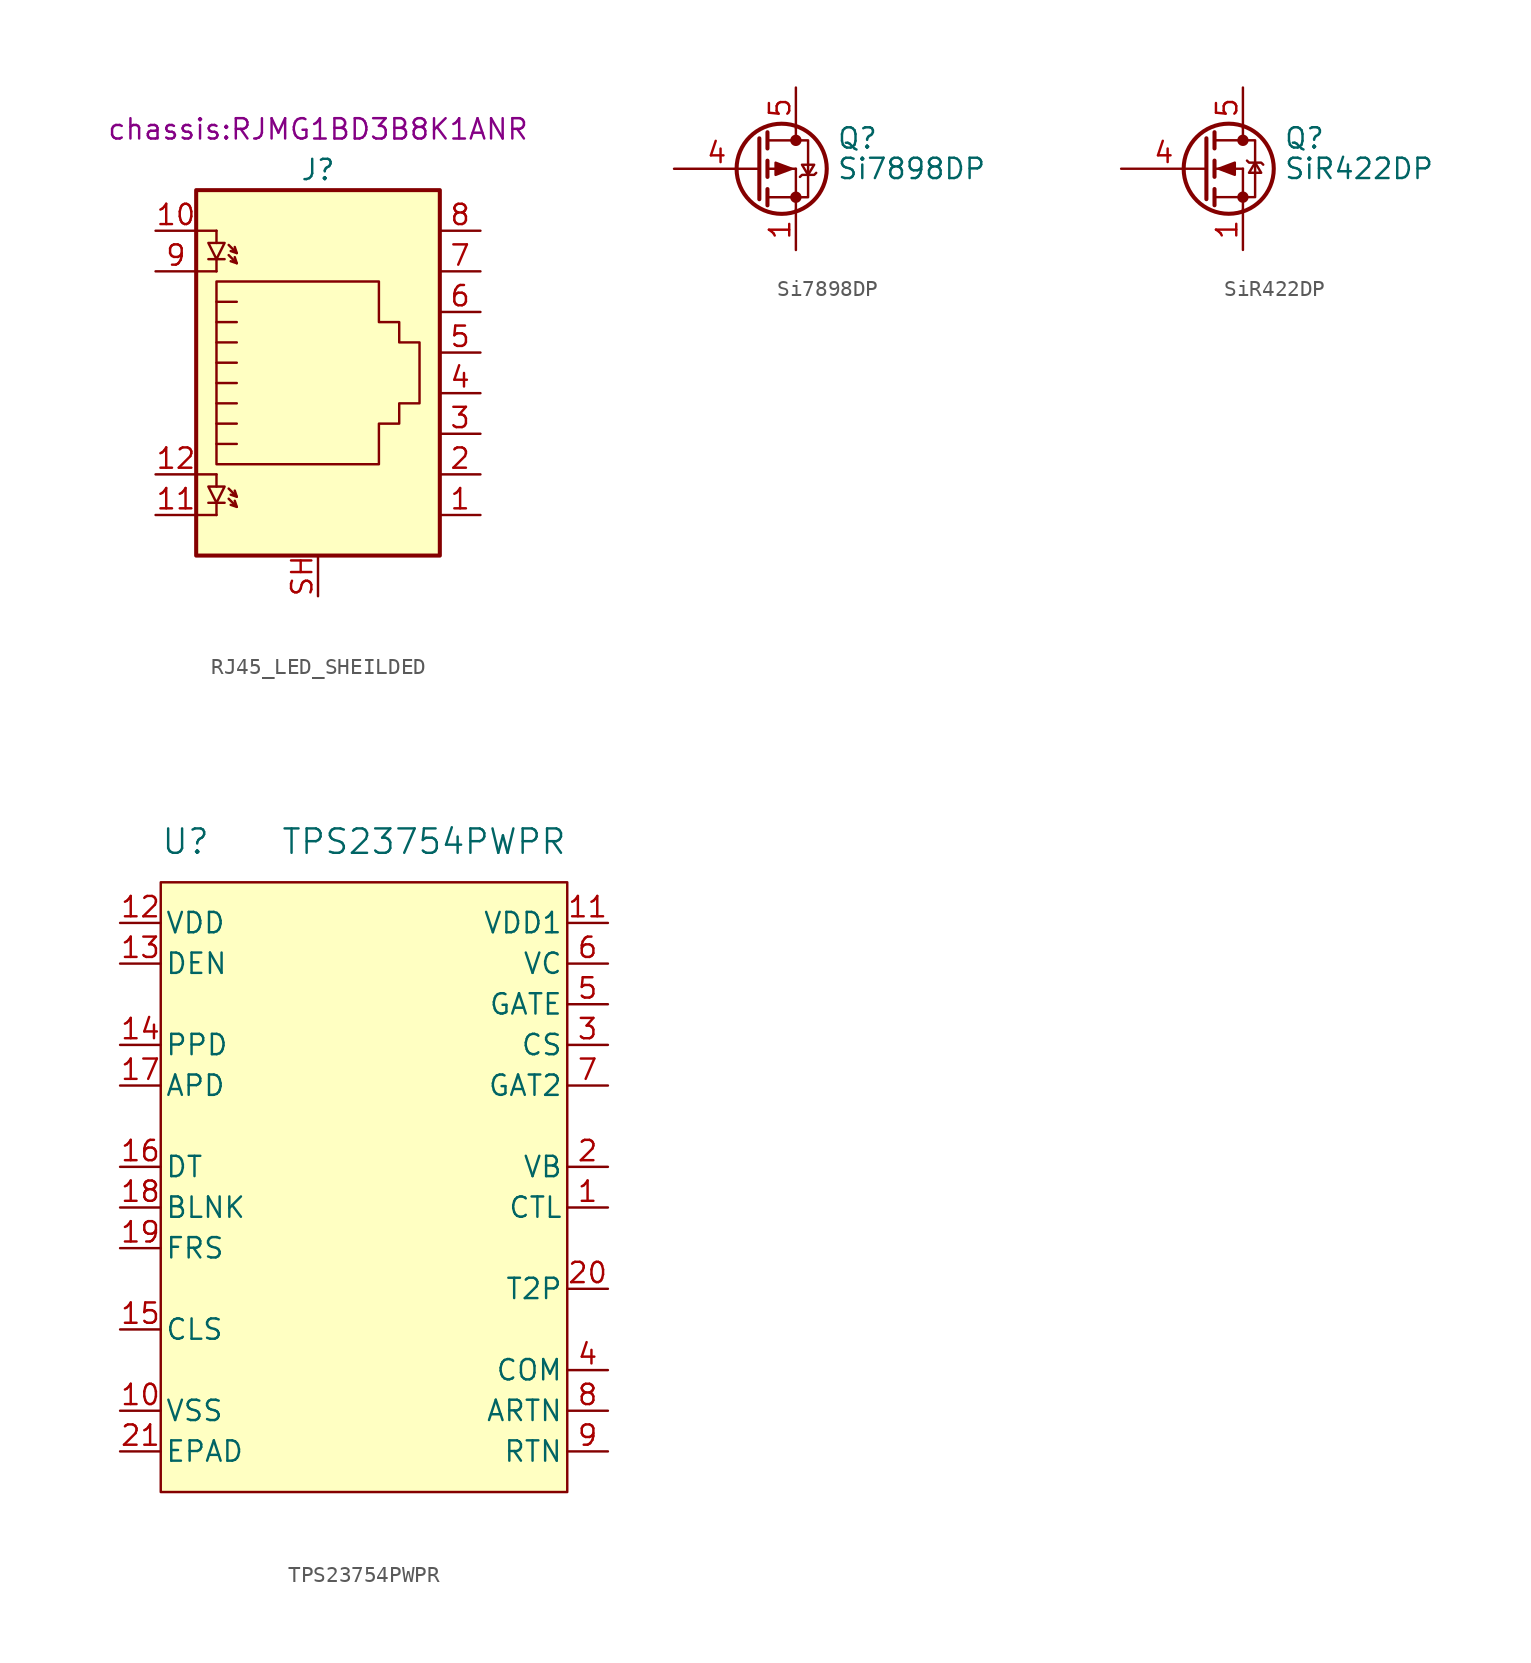
<source format=kicad_sym>
(kicad_symbol_lib
  (version 20211014)
  (generator kicad_symbol_editor)
  (symbol "RJ45_LED_SHEILDED"
    (pin_names
      (offset 1.016))
    (property "Reference" "J"
      (at 0 11.43 0)
      (effects (font (size 1.27 1.27))))
    (property "Footprint" "chassis:RJMG1BD3B8K1ANR"
      (at 0 13.97 0)
      (effects (font (size 1.27 1.27))))
    (symbol "RJ45_LED_SHEILDED_1_1"
      (polyline (pts (xy -7.62 -10.16) (xy -6.35 -10.16)) (stroke (width 0) (type default) (color 0 0 0 0)) (fill (type none)))
      (polyline (pts (xy -7.62 -7.62) (xy -6.35 -7.62)) (stroke (width 0) (type default) (color 0 0 0 0)) (fill (type none)))
      (polyline (pts (xy -7.62 5.08) (xy -6.35 5.08)) (stroke (width 0) (type default) (color 0 0 0 0)) (fill (type none)))
      (polyline (pts (xy -7.62 7.62) (xy -6.35 7.62)) (stroke (width 0) (type default) (color 0 0 0 0)) (fill (type none)))
      (polyline (pts (xy -6.858 -9.398) (xy -5.842 -9.398)) (stroke (width 0) (type default) (color 0 0 0 0)) (fill (type none)))
      (polyline (pts (xy -6.858 5.842) (xy -5.842 5.842)) (stroke (width 0) (type default) (color 0 0 0 0)) (fill (type none)))
      (polyline (pts (xy -6.35 -10.16) (xy -6.35 -9.398)) (stroke (width 0) (type default) (color 0 0 0 0)) (fill (type none)))
      (polyline (pts (xy -6.35 -7.62) (xy -6.35 -8.382)) (stroke (width 0) (type default) (color 0 0 0 0)) (fill (type none)))
      (polyline (pts (xy -6.35 5.08) (xy -6.35 5.842)) (stroke (width 0) (type default) (color 0 0 0 0)) (fill (type none)))
      (polyline (pts (xy -6.35 7.62) (xy -6.35 6.858)) (stroke (width 0) (type default) (color 0 0 0 0)) (fill (type none)))
      (polyline (pts (xy -5.08 -9.652) (xy -5.207 -9.271)) (stroke (width 0) (type default) (color 0 0 0 0)) (fill (type none)))
      (polyline (pts (xy -5.08 -9.017) (xy -5.207 -8.636)) (stroke (width 0) (type default) (color 0 0 0 0)) (fill (type none)))
      (polyline (pts (xy -5.08 1.905) (xy -6.35 1.905)) (stroke (width 0) (type default) (color 0 0 0 0)) (fill (type none)))
      (polyline (pts (xy -5.08 3.175) (xy -6.35 3.175)) (stroke (width 0) (type default) (color 0 0 0 0)) (fill (type none)))
      (polyline (pts (xy -5.08 5.588) (xy -5.207 5.969)) (stroke (width 0) (type default) (color 0 0 0 0)) (fill (type none)))
      (polyline (pts (xy -5.08 6.223) (xy -5.207 6.604)) (stroke (width 0) (type default) (color 0 0 0 0)) (fill (type none)))
      (polyline (pts (xy -6.35 -5.715) (xy -5.08 -5.715) (xy -5.08 -5.715)) (stroke (width 0) (type default) (color 0 0 0 0)) (fill (type none)))
      (polyline (pts (xy -6.35 -4.445) (xy -5.08 -4.445) (xy -5.08 -4.445)) (stroke (width 0) (type default) (color 0 0 0 0)) (fill (type none)))
      (polyline (pts (xy -6.35 -3.175) (xy -5.08 -3.175) (xy -5.08 -3.175)) (stroke (width 0) (type default) (color 0 0 0 0)) (fill (type none)))
      (polyline (pts (xy -6.35 -1.905) (xy -5.08 -1.905) (xy -5.08 -1.905)) (stroke (width 0) (type default) (color 0 0 0 0)) (fill (type none)))
      (polyline (pts (xy -6.35 -0.635) (xy -5.08 -0.635) (xy -5.08 -0.635)) (stroke (width 0) (type default) (color 0 0 0 0)) (fill (type none)))
      (polyline (pts (xy -5.588 -9.144) (xy -5.08 -9.652) (xy -5.461 -9.525)) (stroke (width 0) (type default) (color 0 0 0 0)) (fill (type none)))
      (polyline (pts (xy -5.588 -8.509) (xy -5.08 -9.017) (xy -5.461 -8.89)) (stroke (width 0) (type default) (color 0 0 0 0)) (fill (type none)))
      (polyline (pts (xy -5.588 6.096) (xy -5.08 5.588) (xy -5.461 5.715)) (stroke (width 0) (type default) (color 0 0 0 0)) (fill (type none)))
      (polyline (pts (xy -5.588 6.731) (xy -5.08 6.223) (xy -5.461 6.35)) (stroke (width 0) (type default) (color 0 0 0 0)) (fill (type none)))
      (polyline (pts (xy -5.08 0.635) (xy -6.35 0.635) (xy -6.35 0.635)) (stroke (width 0) (type default) (color 0 0 0 0)) (fill (type none)))
      (polyline (pts (xy -6.35 -9.398) (xy -6.858 -8.382) (xy -5.842 -8.382) (xy -6.35 -9.398)) (stroke (width 0) (type default) (color 0 0 0 0)) (fill (type none)))
      (polyline (pts (xy -6.35 5.842) (xy -6.858 6.858) (xy -5.842 6.858) (xy -6.35 5.842)) (stroke (width 0) (type default) (color 0 0 0 0)) (fill (type none)))
      (polyline (pts (xy -6.35 -6.985) (xy -6.35 4.445) (xy 3.81 4.445) (xy 3.81 1.905) (xy 5.08 1.905) (xy 5.08 0.635) (xy 6.35 0.635) (xy 6.35 -3.175) (xy 5.08 -3.175) (xy 5.08 -4.445) (xy 3.81 -4.445) (xy 3.81 -6.985) (xy -6.35 -6.985) (xy -6.35 -6.985)) (stroke (width 0) (type default) (color 0 0 0 0)) (fill (type none)))
      (rectangle (start 7.62 10.16) (end -7.62 -12.7) (stroke (width 0.254) (type default) (color 0 0 0 0)) (fill (type background)))
      (pin passive line (at 10.16 -10.16 180) (length 2.54) (name "~" (effects (font (size 1.27 1.27)))) (number "1" (effects (font (size 1.27 1.27)))))
      (pin passive line (at -10.16 7.62 0) (length 2.54) (name "~" (effects (font (size 1.27 1.27)))) (number "10" (effects (font (size 1.27 1.27)))))
      (pin passive line (at -10.16 -10.16 0) (length 2.54) (name "~" (effects (font (size 1.27 1.27)))) (number "11" (effects (font (size 1.27 1.27)))))
      (pin passive line (at -10.16 -7.62 0) (length 2.54) (name "~" (effects (font (size 1.27 1.27)))) (number "12" (effects (font (size 1.27 1.27)))))
      (pin passive line (at 10.16 -7.62 180) (length 2.54) (name "~" (effects (font (size 1.27 1.27)))) (number "2" (effects (font (size 1.27 1.27)))))
      (pin passive line (at 10.16 -5.08 180) (length 2.54) (name "~" (effects (font (size 1.27 1.27)))) (number "3" (effects (font (size 1.27 1.27)))))
      (pin passive line (at 10.16 -2.54 180) (length 2.54) (name "~" (effects (font (size 1.27 1.27)))) (number "4" (effects (font (size 1.27 1.27)))))
      (pin passive line (at 10.16 0 180) (length 2.54) (name "~" (effects (font (size 1.27 1.27)))) (number "5" (effects (font (size 1.27 1.27)))))
      (pin passive line (at 10.16 2.54 180) (length 2.54) (name "~" (effects (font (size 1.27 1.27)))) (number "6" (effects (font (size 1.27 1.27)))))
      (pin passive line (at 10.16 5.08 180) (length 2.54) (name "~" (effects (font (size 1.27 1.27)))) (number "7" (effects (font (size 1.27 1.27)))))
      (pin passive line (at 10.16 7.62 180) (length 2.54) (name "~" (effects (font (size 1.27 1.27)))) (number "8" (effects (font (size 1.27 1.27)))))
      (pin passive line (at -10.16 5.08 0) (length 2.54) (name "~" (effects (font (size 1.27 1.27)))) (number "9" (effects (font (size 1.27 1.27)))))
      (pin passive line (at 0 -15.24 90) (length 2.54) (name "~" (effects (font (size 1.27 1.27)))) (number "SH" (effects (font (size 1.27 1.27)))))))
  (symbol "Si7898DP"
    (pin_names
      (offset 0) hide)
    (property "Reference" "Q"
      (at 5.08 1.905 0)
      (effects (font (size 1.27 1.27)) (justify left)))
    (property "Value" "Si7898DP"
      (at 5.08 0 0)
      (effects (font (size 1.27 1.27)) (justify left)))
    (symbol "Si7898DP_0_1"
      (polyline (pts (xy 0.762 -1.778) (xy 2.54 -1.778)) (stroke (width 0) (type default) (color 0 0 0 0)) (fill (type none)))
      (polyline (pts (xy 0.762 -1.27) (xy 0.762 -2.286)) (stroke (width 0.254) (type default) (color 0 0 0 0)) (fill (type none)))
      (polyline (pts (xy 0.762 0.508) (xy 0.762 -0.508)) (stroke (width 0.254) (type default) (color 0 0 0 0)) (fill (type none)))
      (polyline (pts (xy 0.762 1.778) (xy 2.54 1.778)) (stroke (width 0) (type default) (color 0 0 0 0)) (fill (type none)))
      (polyline (pts (xy 0.762 2.286) (xy 0.762 1.27)) (stroke (width 0.254) (type default) (color 0 0 0 0)) (fill (type none)))
      (polyline (pts (xy 2.54 -1.778) (xy 2.54 -2.54)) (stroke (width 0) (type default) (color 0 0 0 0)) (fill (type none)))
      (polyline (pts (xy 2.54 2.54) (xy 2.54 1.778)) (stroke (width 0) (type default) (color 0 0 0 0)) (fill (type none)))
      (polyline (pts (xy 0.254 1.905) (xy 0.254 -1.905) (xy 0.254 -1.905)) (stroke (width 0.254) (type default) (color 0 0 0 0)) (fill (type none)))
      (polyline (pts (xy 2.54 -1.778) (xy 3.302 -1.778) (xy 3.302 1.778) (xy 2.54 1.778)) (stroke (width 0) (type default) (color 0 0 0 0)) (fill (type none)))
      (circle (center 2.54 -1.778) (radius 0.279) (stroke (width 0) (type default) (color 0 0 0 0)) (fill (type outline)))
      (circle (center 2.54 1.778) (radius 0.279) (stroke (width 0) (type default) (color 0 0 0 0)) (fill (type outline))))
    (symbol "Si7898DP_1_1"
      (polyline (pts (xy 0.762 0) (xy 2.54 0)) (stroke (width 0) (type default) (color 0 0 0 0)) (fill (type none)))
      (polyline (pts (xy 2.54 -1.778) (xy 2.54 0)) (stroke (width 0) (type default) (color 0 0 0 0)) (fill (type none)))
      (polyline (pts (xy 2.286 0) (xy 1.27 -0.381) (xy 1.27 0.381) (xy 2.286 0)) (stroke (width 0) (type default) (color 0 0 0 0)) (fill (type outline)))
      (polyline (pts (xy 2.794 -0.508) (xy 2.921 -0.381) (xy 3.683 -0.381) (xy 3.81 -0.254)) (stroke (width 0) (type default) (color 0 0 0 0)) (fill (type none)))
      (polyline (pts (xy 3.302 -0.381) (xy 2.921 0.254) (xy 3.683 0.254) (xy 3.302 -0.381)) (stroke (width 0) (type default) (color 0 0 0 0)) (fill (type none)))
      (circle (center 1.651 0) (radius 2.819) (stroke (width 0.254) (type default) (color 0 0 0 0)) (fill (type none)))
      (pin passive line (at 2.54 -5.08 90) (length 2.54) (name "S" (effects (font (size 1.27 1.27)))) (number "1" (effects (font (size 1.27 1.27)))))
      (pin passive line (at 2.54 -5.08 90) (length 2.54) hide (name "S" (effects (font (size 1.27 1.27)))) (number "2" (effects (font (size 1.27 1.27)))))
      (pin passive line (at 2.54 -5.08 90) (length 2.54) hide (name "S" (effects (font (size 1.27 1.27)))) (number "3" (effects (font (size 1.27 1.27)))))
      (pin input line (at -5.08 0 0) (length 5.334) (name "G" (effects (font (size 1.27 1.27)))) (number "4" (effects (font (size 1.27 1.27)))))
      (pin passive line (at 2.54 5.08 270) (length 2.54) (name "D" (effects (font (size 1.27 1.27)))) (number "5" (effects (font (size 1.27 1.27)))))))
  (symbol "SiR422DP"
    (pin_names
      (offset 0) hide)
    (property "Reference" "Q"
      (at 5.08 1.905 0)
      (effects (font (size 1.27 1.27)) (justify left)))
    (property "Value" "SiR422DP"
      (at 5.08 0 0)
      (effects (font (size 1.27 1.27)) (justify left)))
    (symbol "SiR422DP_0_1"
      (polyline (pts (xy 0.762 -1.778) (xy 2.54 -1.778)) (stroke (width 0) (type default) (color 0 0 0 0)) (fill (type none)))
      (polyline (pts (xy 0.762 -1.27) (xy 0.762 -2.286)) (stroke (width 0.254) (type default) (color 0 0 0 0)) (fill (type none)))
      (polyline (pts (xy 0.762 0) (xy 2.54 0)) (stroke (width 0) (type default) (color 0 0 0 0)) (fill (type none)))
      (polyline (pts (xy 0.762 0.508) (xy 0.762 -0.508)) (stroke (width 0.254) (type default) (color 0 0 0 0)) (fill (type none)))
      (polyline (pts (xy 0.762 1.778) (xy 2.54 1.778)) (stroke (width 0) (type default) (color 0 0 0 0)) (fill (type none)))
      (polyline (pts (xy 0.762 2.286) (xy 0.762 1.27)) (stroke (width 0.254) (type default) (color 0 0 0 0)) (fill (type none)))
      (polyline (pts (xy 2.54 -1.778) (xy 2.54 -2.54)) (stroke (width 0) (type default) (color 0 0 0 0)) (fill (type none)))
      (polyline (pts (xy 2.54 -1.778) (xy 2.54 0)) (stroke (width 0) (type default) (color 0 0 0 0)) (fill (type none)))
      (polyline (pts (xy 2.54 2.54) (xy 2.54 1.778)) (stroke (width 0) (type default) (color 0 0 0 0)) (fill (type none)))
      (polyline (pts (xy 0.254 1.905) (xy 0.254 -1.905) (xy 0.254 -1.905)) (stroke (width 0.254) (type default) (color 0 0 0 0)) (fill (type none)))
      (polyline (pts (xy 1.016 0) (xy 2.032 0.381) (xy 2.032 -0.381) (xy 1.016 0)) (stroke (width 0) (type default) (color 0 0 0 0)) (fill (type outline)))
      (polyline (pts (xy 2.54 -1.778) (xy 3.302 -1.778) (xy 3.302 1.778) (xy 2.54 1.778)) (stroke (width 0) (type default) (color 0 0 0 0)) (fill (type none)))
      (polyline (pts (xy 2.794 0.508) (xy 2.921 0.381) (xy 3.683 0.381) (xy 3.81 0.254)) (stroke (width 0) (type default) (color 0 0 0 0)) (fill (type none)))
      (polyline (pts (xy 3.302 0.381) (xy 2.921 -0.254) (xy 3.683 -0.254) (xy 3.302 0.381)) (stroke (width 0) (type default) (color 0 0 0 0)) (fill (type none)))
      (circle (center 1.651 0) (radius 2.819) (stroke (width 0.254) (type default) (color 0 0 0 0)) (fill (type none)))
      (circle (center 2.54 -1.778) (radius 0.279) (stroke (width 0) (type default) (color 0 0 0 0)) (fill (type outline)))
      (circle (center 2.54 1.778) (radius 0.279) (stroke (width 0) (type default) (color 0 0 0 0)) (fill (type outline))))
    (symbol "SiR422DP_1_1"
      (pin passive line (at 2.54 -5.08 90) (length 2.54) (name "S" (effects (font (size 1.27 1.27)))) (number "1" (effects (font (size 1.27 1.27)))))
      (pin passive line (at 2.54 -5.08 90) (length 2.54) hide (name "S" (effects (font (size 1.27 1.27)))) (number "2" (effects (font (size 1.27 1.27)))))
      (pin passive line (at 2.54 -5.08 90) (length 2.54) hide (name "S" (effects (font (size 1.27 1.27)))) (number "3" (effects (font (size 1.27 1.27)))))
      (pin input line (at -5.08 0 0) (length 5.334) (name "G" (effects (font (size 1.27 1.27)))) (number "4" (effects (font (size 1.27 1.27)))))
      (pin passive line (at 2.54 5.08 270) (length 2.54) (name "D" (effects (font (size 1.27 1.27)))) (number "5" (effects (font (size 1.27 1.27)))))))
  (symbol "TPS23754PWPR"
    (pin_names
      (offset 0.254))
    (property "Reference" "U"
      (at -12.7 15.24 0)
      (effects (font (size 1.524 1.524)) (justify left)))
    (property "Value" "TPS23754PWPR"
      (at 12.7 15.24 0)
      (effects (font (size 1.524 1.524)) (justify right)))
    (property "Datasheet" ""
      (at 15.24 -7.62 0)
      (effects (font (size 1.524 1.524))))
    (symbol "TPS23754PWPR_1_0"
      (rectangle (start 12.7 -25.4) (end -12.7 12.7) (stroke (width 0) (type default) (color 0 0 0 0)) (fill (type background)))
      (pin input line (at 15.24 -7.62 180) (length 2.54) (name "CTL" (effects (font (size 1.27 1.27)))) (number "1" (effects (font (size 1.27 1.27)))))
      (pin power_in line (at -15.24 -20.32 0) (length 2.54) (name "VSS" (effects (font (size 1.27 1.27)))) (number "10" (effects (font (size 1.27 1.27)))))
      (pin input line (at 15.24 10.16 180) (length 2.54) (name "VDD1" (effects (font (size 1.27 1.27)))) (number "11" (effects (font (size 1.27 1.27)))))
      (pin input line (at -15.24 10.16 0) (length 2.54) (name "VDD" (effects (font (size 1.27 1.27)))) (number "12" (effects (font (size 1.27 1.27)))))
      (pin bidirectional line (at -15.24 7.62 0) (length 2.54) (name "DEN" (effects (font (size 1.27 1.27)))) (number "13" (effects (font (size 1.27 1.27)))))
      (pin input line (at -15.24 2.54 0) (length 2.54) (name "PPD" (effects (font (size 1.27 1.27)))) (number "14" (effects (font (size 1.27 1.27)))))
      (pin input line (at -15.24 -15.24 0) (length 2.54) (name "CLS" (effects (font (size 1.27 1.27)))) (number "15" (effects (font (size 1.27 1.27)))))
      (pin input line (at -15.24 -5.08 0) (length 2.54) (name "DT" (effects (font (size 1.27 1.27)))) (number "16" (effects (font (size 1.27 1.27)))))
      (pin input line (at -15.24 0 0) (length 2.54) (name "APD" (effects (font (size 1.27 1.27)))) (number "17" (effects (font (size 1.27 1.27)))))
      (pin input line (at -15.24 -7.62 0) (length 2.54) (name "BLNK" (effects (font (size 1.27 1.27)))) (number "18" (effects (font (size 1.27 1.27)))))
      (pin input line (at -15.24 -10.16 0) (length 2.54) (name "FRS" (effects (font (size 1.27 1.27)))) (number "19" (effects (font (size 1.27 1.27)))))
      (pin output line (at 15.24 -5.08 180) (length 2.54) (name "VB" (effects (font (size 1.27 1.27)))) (number "2" (effects (font (size 1.27 1.27)))))
      (pin output line (at 15.24 -12.7 180) (length 2.54) (name "T2P" (effects (font (size 1.27 1.27)))) (number "20" (effects (font (size 1.27 1.27)))))
      (pin power_in line (at -15.24 -22.86 0) (length 2.54) (name "EPAD" (effects (font (size 1.27 1.27)))) (number "21" (effects (font (size 1.27 1.27)))))
      (pin bidirectional line (at 15.24 2.54 180) (length 2.54) (name "CS" (effects (font (size 1.27 1.27)))) (number "3" (effects (font (size 1.27 1.27)))))
      (pin passive line (at 15.24 -17.78 180) (length 2.54) (name "COM" (effects (font (size 1.27 1.27)))) (number "4" (effects (font (size 1.27 1.27)))))
      (pin output line (at 15.24 5.08 180) (length 2.54) (name "GATE" (effects (font (size 1.27 1.27)))) (number "5" (effects (font (size 1.27 1.27)))))
      (pin bidirectional line (at 15.24 7.62 180) (length 2.54) (name "VC" (effects (font (size 1.27 1.27)))) (number "6" (effects (font (size 1.27 1.27)))))
      (pin output line (at 15.24 0 180) (length 2.54) (name "GAT2" (effects (font (size 1.27 1.27)))) (number "7" (effects (font (size 1.27 1.27)))))
      (pin passive line (at 15.24 -20.32 180) (length 2.54) (name "ARTN" (effects (font (size 1.27 1.27)))) (number "8" (effects (font (size 1.27 1.27)))))
      (pin passive line (at 15.24 -22.86 180) (length 2.54) (name "RTN" (effects (font (size 1.27 1.27)))) (number "9" (effects (font (size 1.27 1.27))))))))
</source>
